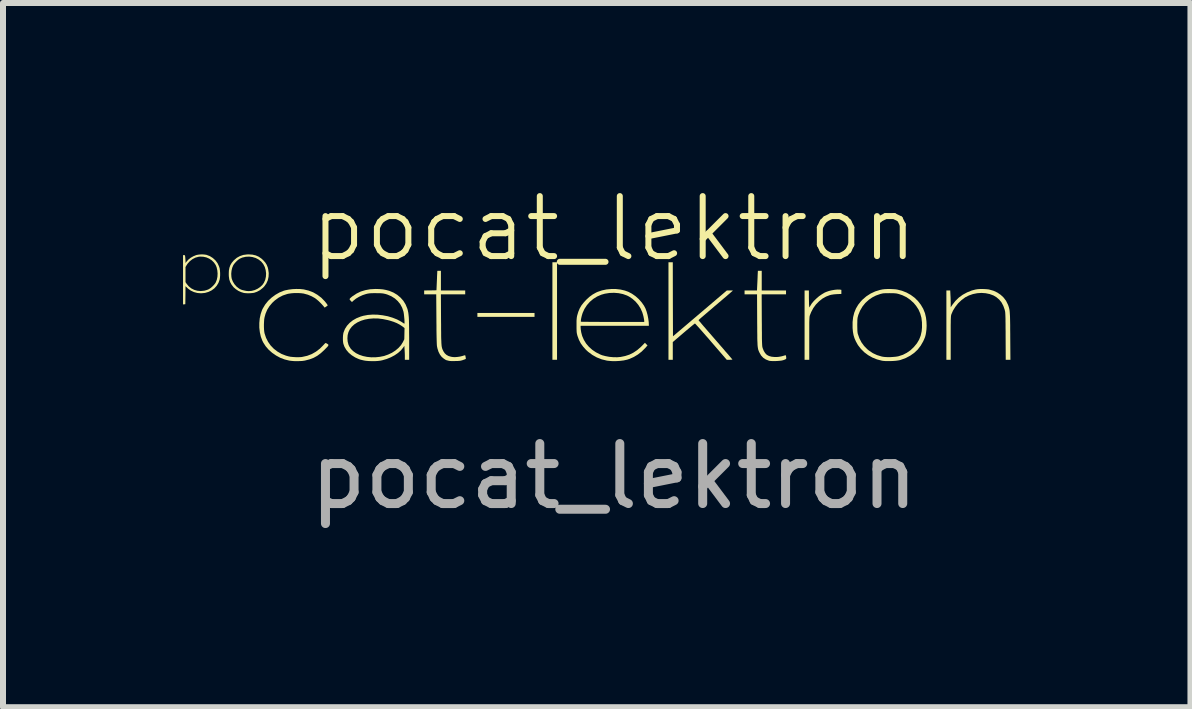
<source format=kicad_pcb>
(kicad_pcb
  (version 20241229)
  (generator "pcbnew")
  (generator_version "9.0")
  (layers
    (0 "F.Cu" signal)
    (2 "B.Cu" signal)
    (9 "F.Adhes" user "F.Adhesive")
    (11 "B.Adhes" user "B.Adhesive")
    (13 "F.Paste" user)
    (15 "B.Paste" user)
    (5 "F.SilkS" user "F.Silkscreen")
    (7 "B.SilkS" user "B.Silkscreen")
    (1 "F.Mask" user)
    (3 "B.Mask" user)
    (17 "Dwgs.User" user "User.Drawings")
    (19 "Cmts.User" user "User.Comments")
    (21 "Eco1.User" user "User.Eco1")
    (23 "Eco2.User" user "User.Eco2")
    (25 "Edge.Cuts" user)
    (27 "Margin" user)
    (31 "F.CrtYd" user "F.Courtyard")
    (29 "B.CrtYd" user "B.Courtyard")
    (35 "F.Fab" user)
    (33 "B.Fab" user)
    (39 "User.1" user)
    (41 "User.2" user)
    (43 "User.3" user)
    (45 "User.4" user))
  (footprint "pocat_lektron"
    (layer "F.Cu")
    (at 7.183 2.386)
    (property "Reference" "pocat_lektron" (at 0 -1.626 0) (unlocked yes) (layer "F.SilkS") (effects (font (size 1 1) (thickness 0.1))))
    (attr smd)
    (fp_poly (pts (xy -1.326 -0.188) (xy -1.326 -0.156) (xy -1.802 -0.156) (xy -2.278 -0.156) (xy -2.278 -0.188) (xy -2.278 -0.221) (xy -1.802 -0.221) (xy -1.326 -0.221)) (stroke (width 0) (type solid)) (fill yes) (layer "F.SilkS"))
    (fp_poly (pts (xy -0.951 -0.254) (xy -0.951 0.559) (xy -0.99 0.559) (xy -1.028 0.559) (xy -1.028 -0.254) (xy -1.028 -1.066) (xy -0.99 -1.066) (xy -0.951 -1.066)) (stroke (width 0) (type solid)) (fill yes) (layer "F.SilkS"))
    (fp_poly (pts (xy 3.758 -0.61) (xy 3.763 -0.61) (xy 3.787 -0.606) (xy 3.787 -0.572) (xy 3.787 -0.538) (xy 3.714 -0.535) (xy 3.663 -0.531) (xy 3.618 -0.524) (xy 3.597 -0.519) (xy 3.532 -0.494) (xy 3.47 -0.459) (xy 3.414 -0.414) (xy 3.363 -0.362) (xy 3.319 -0.302) (xy 3.284 -0.236) (xy 3.264 -0.186) (xy 3.261 -0.178) (xy 3.259 -0.17) (xy 3.257 -0.161) (xy 3.256 -0.149) (xy 3.255 -0.135) (xy 3.254 -0.116) (xy 3.253 -0.092) (xy 3.252 -0.062) (xy 3.252 -0.025) (xy 3.252 0.021) (xy 3.252 0.075) (xy 3.252 0.14) (xy 3.252 0.204) (xy 3.252 0.559) (xy 3.213 0.559) (xy 3.174 0.559) (xy 3.174 -0.019) (xy 3.174 -0.596) (xy 3.21 -0.596) (xy 3.246 -0.596) (xy 3.246 -0.472) (xy 3.247 -0.434) (xy 3.248 -0.399) (xy 3.248 -0.369) (xy 3.25 -0.346) (xy 3.251 -0.333) (xy 3.251 -0.331) (xy 3.255 -0.313) (xy 3.268 -0.337) (xy 3.293 -0.378) (xy 3.328 -0.42) (xy 3.37 -0.461) (xy 3.415 -0.5) (xy 3.463 -0.533) (xy 3.51 -0.561) (xy 3.539 -0.573) (xy 3.582 -0.588) (xy 3.629 -0.599) (xy 3.677 -0.607) (xy 3.721 -0.611)) (stroke (width 0) (type solid)) (fill yes) (layer "F.SilkS"))
    (fp_poly (pts (xy 0.979 -0.449) (xy 0.981 0.168) (xy 1.43 -0.214) (xy 1.879 -0.596) (xy 1.93 -0.596) (xy 1.981 -0.595) (xy 1.951 -0.569) (xy 1.941 -0.56) (xy 1.923 -0.544) (xy 1.897 -0.522) (xy 1.866 -0.495) (xy 1.829 -0.464) (xy 1.787 -0.428) (xy 1.742 -0.39) (xy 1.695 -0.35) (xy 1.664 -0.324) (xy 1.617 -0.283) (xy 1.572 -0.245) (xy 1.531 -0.21) (xy 1.495 -0.179) (xy 1.463 -0.152) (xy 1.438 -0.13) (xy 1.42 -0.114) (xy 1.409 -0.104) (xy 1.407 -0.101) (xy 1.41 -0.097) (xy 1.421 -0.083) (xy 1.439 -0.063) (xy 1.462 -0.035) (xy 1.491 -0.001) (xy 1.525 0.038) (xy 1.563 0.082) (xy 1.604 0.129) (xy 1.648 0.18) (xy 1.689 0.227) (xy 1.735 0.28) (xy 1.779 0.331) (xy 1.82 0.378) (xy 1.857 0.422) (xy 1.891 0.46) (xy 1.919 0.493) (xy 1.942 0.52) (xy 1.959 0.54) (xy 1.969 0.552) (xy 1.972 0.556) (xy 1.966 0.557) (xy 1.952 0.558) (xy 1.931 0.559) (xy 1.924 0.559) (xy 1.877 0.559) (xy 1.616 0.257) (xy 1.572 0.205) (xy 1.529 0.157) (xy 1.49 0.112) (xy 1.454 0.071) (xy 1.422 0.035) (xy 1.395 0.005) (xy 1.373 -0.019) (xy 1.358 -0.036) (xy 1.349 -0.044) (xy 1.347 -0.045) (xy 1.341 -0.042) (xy 1.327 -0.031) (xy 1.306 -0.014) (xy 1.279 0.008) (xy 1.247 0.035) (xy 1.211 0.065) (xy 1.172 0.098) (xy 1.159 0.109) (xy 0.978 0.264) (xy 0.978 0.411) (xy 0.978 0.559) (xy 0.942 0.559) (xy 0.906 0.559) (xy 0.906 -0.254) (xy 0.906 -1.066) (xy 0.942 -1.066) (xy 0.978 -1.066)) (stroke (width 0) (type solid)) (fill yes) (layer "F.SilkS"))
    (fp_poly (pts (xy 2.46 -0.76) (xy 2.46 -0.596) (xy 2.662 -0.596) (xy 2.865 -0.596) (xy 2.865 -0.563) (xy 2.865 -0.531) (xy 2.662 -0.531) (xy 2.459 -0.531) (xy 2.461 -0.103) (xy 2.462 -0.022) (xy 2.462 0.049) (xy 2.463 0.11) (xy 2.463 0.161) (xy 2.463 0.204) (xy 2.464 0.24) (xy 2.465 0.269) (xy 2.466 0.292) (xy 2.467 0.311) (xy 2.468 0.325) (xy 2.469 0.337) (xy 2.471 0.346) (xy 2.473 0.355) (xy 2.475 0.363) (xy 2.475 0.363) (xy 2.494 0.411) (xy 2.517 0.448) (xy 2.545 0.477) (xy 2.581 0.496) (xy 2.624 0.508) (xy 2.675 0.513) (xy 2.692 0.513) (xy 2.729 0.512) (xy 2.763 0.507) (xy 2.798 0.5) (xy 2.839 0.488) (xy 2.85 0.485) (xy 2.858 0.483) (xy 2.862 0.487) (xy 2.865 0.499) (xy 2.867 0.512) (xy 2.869 0.528) (xy 2.868 0.54) (xy 2.862 0.547) (xy 2.85 0.554) (xy 2.829 0.562) (xy 2.817 0.566) (xy 2.792 0.572) (xy 2.759 0.576) (xy 2.721 0.579) (xy 2.681 0.581) (xy 2.643 0.581) (xy 2.61 0.579) (xy 2.584 0.576) (xy 2.579 0.574) (xy 2.528 0.554) (xy 2.484 0.525) (xy 2.449 0.487) (xy 2.424 0.443) (xy 2.417 0.429) (xy 2.411 0.415) (xy 2.406 0.402) (xy 2.401 0.388) (xy 2.398 0.373) (xy 2.395 0.355) (xy 2.392 0.333) (xy 2.39 0.308) (xy 2.389 0.277) (xy 2.387 0.24) (xy 2.386 0.197) (xy 2.386 0.145) (xy 2.385 0.084) (xy 2.385 0.014) (xy 2.384 -0.067) (xy 2.384 -0.103) (xy 2.382 -0.531) (xy 2.278 -0.531) (xy 2.174 -0.531) (xy 2.174 -0.563) (xy 2.174 -0.596) (xy 2.278 -0.596) (xy 2.381 -0.596) (xy 2.385 -0.684) (xy 2.387 -0.724) (xy 2.389 -0.768) (xy 2.391 -0.811) (xy 2.392 -0.847) (xy 2.392 -0.848) (xy 2.396 -0.923) (xy 2.428 -0.923) (xy 2.46 -0.923)) (stroke (width 0) (type solid)) (fill yes) (layer "F.SilkS"))
    (fp_poly (pts (xy -6.027 -1.193) (xy -5.971 -1.18) (xy -5.921 -1.158) (xy -5.874 -1.125) (xy -5.847 -1.1) (xy -5.813 -1.062) (xy -5.789 -1.024) (xy -5.772 -0.982) (xy -5.764 -0.95) (xy -5.755 -0.885) (xy -5.758 -0.823) (xy -5.771 -0.765) (xy -5.795 -0.712) (xy -5.829 -0.664) (xy -5.851 -0.641) (xy -5.899 -0.602) (xy -5.951 -0.574) (xy -6 -0.557) (xy -6.029 -0.553) (xy -6.065 -0.55) (xy -6.103 -0.549) (xy -6.139 -0.551) (xy -6.168 -0.554) (xy -6.168 -0.554) (xy -6.214 -0.568) (xy -6.261 -0.589) (xy -6.303 -0.617) (xy -6.338 -0.647) (xy -6.341 -0.65) (xy -6.374 -0.692) (xy -6.398 -0.735) (xy -6.413 -0.781) (xy -6.42 -0.834) (xy -6.421 -0.869) (xy -6.421 -0.873) (xy -6.38 -0.873) (xy -6.377 -0.822) (xy -6.371 -0.79) (xy -6.353 -0.744) (xy -6.326 -0.7) (xy -6.291 -0.66) (xy -6.251 -0.629) (xy -6.231 -0.617) (xy -6.217 -0.611) (xy -6.202 -0.605) (xy -6.183 -0.6) (xy -6.157 -0.594) (xy -6.127 -0.588) (xy -6.092 -0.585) (xy -6.047 -0.588) (xy -6.035 -0.59) (xy -5.987 -0.603) (xy -5.94 -0.625) (xy -5.897 -0.654) (xy -5.86 -0.689) (xy -5.836 -0.723) (xy -5.814 -0.772) (xy -5.802 -0.826) (xy -5.799 -0.88) (xy -5.806 -0.935) (xy -5.821 -0.987) (xy -5.846 -1.035) (xy -5.879 -1.076) (xy -5.88 -1.077) (xy -5.923 -1.111) (xy -5.972 -1.137) (xy -6.026 -1.153) (xy -6.082 -1.16) (xy -6.139 -1.157) (xy -6.195 -1.144) (xy -6.236 -1.126) (xy -6.259 -1.111) (xy -6.285 -1.089) (xy -6.31 -1.063) (xy -6.332 -1.037) (xy -6.346 -1.016) (xy -6.364 -0.973) (xy -6.375 -0.925) (xy -6.38 -0.873) (xy -6.421 -0.873) (xy -6.419 -0.926) (xy -6.41 -0.975) (xy -6.395 -1.017) (xy -6.372 -1.056) (xy -6.34 -1.094) (xy -6.332 -1.102) (xy -6.286 -1.141) (xy -6.235 -1.169) (xy -6.179 -1.188) (xy -6.117 -1.196) (xy -6.089 -1.197)) (stroke (width 0) (type solid)) (fill yes) (layer "F.SilkS"))
    (fp_poly (pts (xy -6.838 -1.196) (xy -6.801 -1.191) (xy -6.791 -1.189) (xy -6.736 -1.168) (xy -6.687 -1.137) (xy -6.644 -1.098) (xy -6.609 -1.052) (xy -6.584 -0.999) (xy -6.573 -0.965) (xy -6.568 -0.93) (xy -6.565 -0.889) (xy -6.565 -0.847) (xy -6.568 -0.808) (xy -6.573 -0.777) (xy -6.593 -0.722) (xy -6.623 -0.673) (xy -6.661 -0.631) (xy -6.707 -0.597) (xy -6.759 -0.572) (xy -6.817 -0.555) (xy -6.879 -0.549) (xy -6.886 -0.549) (xy -6.945 -0.554) (xy -7.001 -0.569) (xy -7.053 -0.593) (xy -7.099 -0.626) (xy -7.109 -0.636) (xy -7.142 -0.667) (xy -7.143 -0.517) (xy -7.145 -0.367) (xy -7.164 -0.365) (xy -7.183 -0.363) (xy -7.183 -0.735) (xy -7.142 -0.735) (xy -7.123 -0.707) (xy -7.088 -0.665) (xy -7.046 -0.631) (xy -6.997 -0.606) (xy -6.944 -0.591) (xy -6.888 -0.586) (xy -6.83 -0.592) (xy -6.825 -0.593) (xy -6.799 -0.6) (xy -6.772 -0.609) (xy -6.756 -0.616) (xy -6.727 -0.634) (xy -6.697 -0.659) (xy -6.669 -0.687) (xy -6.647 -0.715) (xy -6.64 -0.726) (xy -6.621 -0.772) (xy -6.61 -0.823) (xy -6.607 -0.878) (xy -6.612 -0.932) (xy -6.624 -0.984) (xy -6.639 -1.019) (xy -6.667 -1.061) (xy -6.703 -1.097) (xy -6.747 -1.126) (xy -6.795 -1.147) (xy -6.847 -1.158) (xy -6.899 -1.16) (xy -6.925 -1.157) (xy -6.976 -1.143) (xy -7.025 -1.118) (xy -7.069 -1.084) (xy -7.106 -1.044) (xy -7.124 -1.017) (xy -7.142 -0.986) (xy -7.142 -0.86) (xy -7.142 -0.735) (xy -7.183 -0.735) (xy -7.183 -0.774) (xy -7.183 -1.185) (xy -7.166 -1.185) (xy -7.157 -1.185) (xy -7.152 -1.181) (xy -7.149 -1.172) (xy -7.147 -1.155) (xy -7.146 -1.145) (xy -7.144 -1.12) (xy -7.142 -1.094) (xy -7.142 -1.079) (xy -7.142 -1.053) (xy -7.124 -1.077) (xy -7.094 -1.11) (xy -7.055 -1.141) (xy -7.011 -1.166) (xy -6.965 -1.185) (xy -6.953 -1.188) (xy -6.919 -1.194) (xy -6.878 -1.197)) (stroke (width 0) (type solid)) (fill yes) (layer "F.SilkS"))
    (fp_poly (pts (xy 6.195 -0.618) (xy 6.236 -0.614) (xy 6.251 -0.611) (xy 6.322 -0.591) (xy 6.386 -0.561) (xy 6.442 -0.523) (xy 6.491 -0.477) (xy 6.531 -0.424) (xy 6.561 -0.363) (xy 6.563 -0.359) (xy 6.57 -0.341) (xy 6.575 -0.325) (xy 6.58 -0.309) (xy 6.584 -0.293) (xy 6.588 -0.274) (xy 6.591 -0.253) (xy 6.593 -0.229) (xy 6.595 -0.199) (xy 6.597 -0.165) (xy 6.598 -0.123) (xy 6.599 -0.074) (xy 6.6 -0.017) (xy 6.6 0.05) (xy 6.601 0.128) (xy 6.601 0.167) (xy 6.604 0.559) (xy 6.565 0.559) (xy 6.526 0.559) (xy 6.524 0.167) (xy 6.524 0.089) (xy 6.523 0.022) (xy 6.523 -0.035) (xy 6.522 -0.083) (xy 6.522 -0.123) (xy 6.521 -0.156) (xy 6.52 -0.182) (xy 6.519 -0.204) (xy 6.518 -0.221) (xy 6.517 -0.235) (xy 6.515 -0.247) (xy 6.513 -0.257) (xy 6.51 -0.267) (xy 6.509 -0.274) (xy 6.486 -0.339) (xy 6.456 -0.396) (xy 6.417 -0.444) (xy 6.37 -0.484) (xy 6.323 -0.512) (xy 6.259 -0.536) (xy 6.191 -0.55) (xy 6.121 -0.555) (xy 6.05 -0.55) (xy 5.98 -0.536) (xy 5.913 -0.513) (xy 5.852 -0.482) (xy 5.845 -0.477) (xy 5.785 -0.432) (xy 5.731 -0.38) (xy 5.685 -0.321) (xy 5.647 -0.26) (xy 5.62 -0.198) (xy 5.618 -0.191) (xy 5.616 -0.182) (xy 5.614 -0.173) (xy 5.613 -0.16) (xy 5.612 -0.144) (xy 5.611 -0.123) (xy 5.61 -0.096) (xy 5.61 -0.063) (xy 5.609 -0.022) (xy 5.609 0.027) (xy 5.609 0.086) (xy 5.609 0.155) (xy 5.609 0.197) (xy 5.609 0.559) (xy 5.573 0.559) (xy 5.537 0.559) (xy 5.537 -0.019) (xy 5.537 -0.596) (xy 5.569 -0.596) (xy 5.601 -0.596) (xy 5.605 -0.515) (xy 5.607 -0.478) (xy 5.608 -0.439) (xy 5.609 -0.402) (xy 5.609 -0.374) (xy 5.609 -0.315) (xy 5.638 -0.359) (xy 5.687 -0.421) (xy 5.744 -0.477) (xy 5.81 -0.525) (xy 5.882 -0.564) (xy 5.959 -0.595) (xy 6.02 -0.611) (xy 6.057 -0.617) (xy 6.101 -0.62) (xy 6.149 -0.62)) (stroke (width 0) (type solid)) (fill yes) (layer "F.SilkS"))
    (fp_poly (pts (xy -2.886 -0.76) (xy -2.886 -0.596) (xy -2.683 -0.596) (xy -2.481 -0.596) (xy -2.481 -0.563) (xy -2.481 -0.531) (xy -2.684 -0.531) (xy -2.886 -0.531) (xy -2.884 -0.115) (xy -2.883 -0.03) (xy -2.883 0.044) (xy -2.882 0.107) (xy -2.882 0.162) (xy -2.881 0.208) (xy -2.879 0.247) (xy -2.878 0.28) (xy -2.876 0.307) (xy -2.874 0.329) (xy -2.871 0.347) (xy -2.867 0.363) (xy -2.863 0.377) (xy -2.858 0.389) (xy -2.852 0.402) (xy -2.846 0.415) (xy -2.846 0.415) (xy -2.823 0.45) (xy -2.795 0.476) (xy -2.76 0.496) (xy -2.716 0.509) (xy -2.682 0.514) (xy -2.65 0.515) (xy -2.611 0.512) (xy -2.57 0.506) (xy -2.532 0.497) (xy -2.519 0.493) (xy -2.5 0.487) (xy -2.487 0.484) (xy -2.482 0.484) (xy -2.479 0.491) (xy -2.476 0.505) (xy -2.473 0.522) (xy -2.471 0.537) (xy -2.471 0.545) (xy -2.471 0.545) (xy -2.478 0.548) (xy -2.492 0.554) (xy -2.513 0.561) (xy -2.517 0.563) (xy -2.537 0.569) (xy -2.556 0.574) (xy -2.577 0.577) (xy -2.603 0.579) (xy -2.637 0.58) (xy -2.647 0.58) (xy -2.689 0.581) (xy -2.721 0.58) (xy -2.745 0.578) (xy -2.763 0.574) (xy -2.764 0.574) (xy -2.781 0.569) (xy -2.794 0.566) (xy -2.797 0.565) (xy -2.804 0.562) (xy -2.817 0.554) (xy -2.835 0.542) (xy -2.837 0.541) (xy -2.873 0.511) (xy -2.902 0.473) (xy -2.926 0.426) (xy -2.944 0.369) (xy -2.949 0.345) (xy -2.951 0.334) (xy -2.953 0.32) (xy -2.954 0.301) (xy -2.955 0.279) (xy -2.956 0.25) (xy -2.957 0.215) (xy -2.958 0.173) (xy -2.959 0.122) (xy -2.96 0.062) (xy -2.96 -0.007) (xy -2.961 -0.088) (xy -2.961 -0.115) (xy -2.964 -0.531) (xy -3.065 -0.531) (xy -3.165 -0.531) (xy -3.165 -0.563) (xy -3.165 -0.596) (xy -3.063 -0.597) (xy -2.96 -0.599) (xy -2.953 -0.76) (xy -2.951 -0.802) (xy -2.95 -0.84) (xy -2.948 -0.873) (xy -2.947 -0.899) (xy -2.946 -0.915) (xy -2.946 -0.922) (xy -2.946 -0.922) (xy -2.94 -0.923) (xy -2.926 -0.923) (xy -2.915 -0.923) (xy -2.886 -0.923)) (stroke (width 0) (type solid)) (fill yes) (layer "F.SilkS"))
    (fp_poly (pts (xy -5.232 -0.62) (xy -5.176 -0.614) (xy -5.174 -0.614) (xy -5.092 -0.594) (xy -5.015 -0.565) (xy -4.944 -0.524) (xy -4.878 -0.474) (xy -4.82 -0.414) (xy -4.789 -0.375) (xy -4.779 -0.36) (xy -4.773 -0.35) (xy -4.773 -0.348) (xy -4.777 -0.342) (xy -4.789 -0.333) (xy -4.798 -0.327) (xy -4.823 -0.31) (xy -4.844 -0.336) (xy -4.868 -0.363) (xy -4.897 -0.393) (xy -4.928 -0.423) (xy -4.958 -0.448) (xy -4.983 -0.467) (xy -4.984 -0.468) (xy -5.04 -0.499) (xy -5.102 -0.525) (xy -5.168 -0.543) (xy -5.17 -0.544) (xy -5.215 -0.55) (xy -5.267 -0.553) (xy -5.322 -0.553) (xy -5.376 -0.549) (xy -5.424 -0.542) (xy -5.447 -0.537) (xy -5.521 -0.512) (xy -5.59 -0.476) (xy -5.654 -0.429) (xy -5.696 -0.39) (xy -5.743 -0.334) (xy -5.78 -0.275) (xy -5.808 -0.209) (xy -5.824 -0.151) (xy -5.83 -0.119) (xy -5.833 -0.078) (xy -5.835 -0.033) (xy -5.835 0.014) (xy -5.833 0.058) (xy -5.829 0.096) (xy -5.824 0.121) (xy -5.8 0.193) (xy -5.766 0.26) (xy -5.723 0.321) (xy -5.67 0.376) (xy -5.61 0.422) (xy -5.543 0.461) (xy -5.469 0.49) (xy -5.426 0.502) (xy -5.391 0.509) (xy -5.348 0.513) (xy -5.301 0.516) (xy -5.255 0.516) (xy -5.214 0.514) (xy -5.195 0.511) (xy -5.114 0.493) (xy -5.038 0.464) (xy -4.968 0.424) (xy -4.903 0.374) (xy -4.853 0.324) (xy -4.835 0.305) (xy -4.821 0.29) (xy -4.81 0.281) (xy -4.807 0.279) (xy -4.799 0.282) (xy -4.786 0.289) (xy -4.778 0.294) (xy -4.768 0.301) (xy -4.762 0.307) (xy -4.76 0.315) (xy -4.764 0.324) (xy -4.773 0.338) (xy -4.79 0.356) (xy -4.814 0.38) (xy -4.828 0.395) (xy -4.887 0.449) (xy -4.946 0.493) (xy -5.008 0.527) (xy -5.074 0.552) (xy -5.147 0.571) (xy -5.162 0.574) (xy -5.198 0.579) (xy -5.242 0.581) (xy -5.289 0.582) (xy -5.337 0.581) (xy -5.38 0.577) (xy -5.412 0.573) (xy -5.489 0.554) (xy -5.563 0.526) (xy -5.633 0.488) (xy -5.698 0.443) (xy -5.756 0.392) (xy -5.806 0.334) (xy -5.846 0.272) (xy -5.862 0.24) (xy -5.887 0.173) (xy -5.903 0.101) (xy -5.912 0.024) (xy -5.912 -0.054) (xy -5.905 -0.13) (xy -5.889 -0.204) (xy -5.866 -0.271) (xy -5.853 -0.297) (xy -5.814 -0.362) (xy -5.765 -0.423) (xy -5.707 -0.477) (xy -5.643 -0.524) (xy -5.575 -0.563) (xy -5.503 -0.592) (xy -5.477 -0.599) (xy -5.421 -0.61) (xy -5.359 -0.618) (xy -5.294 -0.621)) (stroke (width 0) (type solid)) (fill yes) (layer "F.SilkS"))
    (fp_poly (pts (xy 4.648 -0.618) (xy 4.69 -0.615) (xy 4.717 -0.611) (xy 4.797 -0.591) (xy 4.873 -0.561) (xy 4.943 -0.522) (xy 5.007 -0.475) (xy 5.063 -0.42) (xy 5.111 -0.358) (xy 5.151 -0.29) (xy 5.18 -0.218) (xy 5.183 -0.206) (xy 5.197 -0.145) (xy 5.205 -0.078) (xy 5.208 -0.009) (xy 5.205 0.052) (xy 5.199 0.101) (xy 5.192 0.142) (xy 5.182 0.179) (xy 5.167 0.216) (xy 5.15 0.253) (xy 5.109 0.324) (xy 5.06 0.388) (xy 5.001 0.444) (xy 4.934 0.491) (xy 4.86 0.53) (xy 4.778 0.56) (xy 4.758 0.566) (xy 4.729 0.571) (xy 4.692 0.576) (xy 4.649 0.579) (xy 4.603 0.581) (xy 4.558 0.581) (xy 4.515 0.58) (xy 4.48 0.577) (xy 4.462 0.574) (xy 4.381 0.553) (xy 4.304 0.522) (xy 4.233 0.482) (xy 4.169 0.434) (xy 4.112 0.377) (xy 4.063 0.314) (xy 4.029 0.253) (xy 4.006 0.201) (xy 3.99 0.149) (xy 3.98 0.094) (xy 3.974 0.031) (xy 3.974 0.019) (xy 3.974 -0.016) (xy 4.052 -0.016) (xy 4.053 0.036) (xy 4.054 0.078) (xy 4.057 0.107) (xy 4.06 0.124) (xy 4.087 0.201) (xy 4.122 0.269) (xy 4.166 0.329) (xy 4.219 0.383) (xy 4.247 0.406) (xy 4.312 0.449) (xy 4.381 0.481) (xy 4.456 0.504) (xy 4.48 0.509) (xy 4.514 0.513) (xy 4.556 0.515) (xy 4.603 0.515) (xy 4.65 0.512) (xy 4.695 0.508) (xy 4.732 0.502) (xy 4.743 0.499) (xy 4.813 0.476) (xy 4.877 0.443) (xy 4.938 0.401) (xy 4.995 0.347) (xy 4.999 0.342) (xy 5.046 0.285) (xy 5.083 0.223) (xy 5.109 0.156) (xy 5.125 0.084) (xy 5.131 0.02) (xy 5.13 -0.064) (xy 5.121 -0.142) (xy 5.101 -0.213) (xy 5.072 -0.279) (xy 5.033 -0.339) (xy 4.994 -0.386) (xy 4.935 -0.44) (xy 4.872 -0.484) (xy 4.803 -0.517) (xy 4.743 -0.537) (xy 4.723 -0.542) (xy 4.704 -0.546) (xy 4.684 -0.548) (xy 4.658 -0.55) (xy 4.626 -0.55) (xy 4.588 -0.551) (xy 4.549 -0.55) (xy 4.519 -0.55) (xy 4.496 -0.549) (xy 4.477 -0.547) (xy 4.46 -0.543) (xy 4.442 -0.539) (xy 4.427 -0.534) (xy 4.362 -0.511) (xy 4.304 -0.481) (xy 4.25 -0.445) (xy 4.244 -0.44) (xy 4.186 -0.387) (xy 4.138 -0.327) (xy 4.099 -0.26) (xy 4.069 -0.187) (xy 4.066 -0.175) (xy 4.061 -0.157) (xy 4.057 -0.14) (xy 4.055 -0.121) (xy 4.053 -0.099) (xy 4.053 -0.07) (xy 4.052 -0.032) (xy 4.052 -0.016) (xy 3.974 -0.016) (xy 3.974 -0.07) (xy 3.983 -0.151) (xy 4.002 -0.226) (xy 4.03 -0.295) (xy 4.068 -0.359) (xy 4.116 -0.419) (xy 4.138 -0.442) (xy 4.203 -0.498) (xy 4.274 -0.544) (xy 4.351 -0.58) (xy 4.432 -0.605) (xy 4.476 -0.614) (xy 4.512 -0.618) (xy 4.555 -0.62) (xy 4.601 -0.62)) (stroke (width 0) (type solid)) (fill yes) (layer "F.SilkS"))
    (fp_poly (pts (xy 0.03 -0.62) (xy 0.108 -0.611) (xy 0.18 -0.594) (xy 0.236 -0.574) (xy 0.297 -0.542) (xy 0.356 -0.501) (xy 0.411 -0.452) (xy 0.459 -0.398) (xy 0.499 -0.341) (xy 0.523 -0.295) (xy 0.541 -0.246) (xy 0.557 -0.189) (xy 0.569 -0.128) (xy 0.577 -0.069) (xy 0.579 -0.024) (xy 0.579 -0.007) (xy 0.01 -0.007) (xy -0.558 -0.007) (xy -0.558 0.019) (xy -0.555 0.058) (xy -0.548 0.102) (xy -0.536 0.148) (xy -0.531 0.165) (xy -0.503 0.229) (xy -0.466 0.289) (xy -0.419 0.344) (xy -0.364 0.393) (xy -0.302 0.435) (xy -0.235 0.469) (xy -0.201 0.483) (xy -0.144 0.498) (xy -0.081 0.51) (xy -0.015 0.516) (xy 0.051 0.517) (xy 0.109 0.512) (xy 0.186 0.496) (xy 0.256 0.473) (xy 0.322 0.44) (xy 0.385 0.398) (xy 0.447 0.344) (xy 0.466 0.325) (xy 0.514 0.276) (xy 0.535 0.298) (xy 0.557 0.32) (xy 0.516 0.366) (xy 0.46 0.422) (xy 0.397 0.471) (xy 0.329 0.512) (xy 0.26 0.543) (xy 0.219 0.557) (xy 0.16 0.57) (xy 0.093 0.578) (xy 0.024 0.582) (xy -0.044 0.581) (xy -0.106 0.575) (xy -0.121 0.573) (xy -0.206 0.552) (xy -0.288 0.52) (xy -0.363 0.478) (xy -0.433 0.426) (xy -0.469 0.393) (xy -0.517 0.339) (xy -0.556 0.285) (xy -0.586 0.227) (xy -0.61 0.162) (xy -0.615 0.143) (xy -0.619 0.127) (xy -0.622 0.111) (xy -0.624 0.093) (xy -0.625 0.07) (xy -0.626 0.04) (xy -0.626 0.002) (xy -0.626 -0.013) (xy -0.626 -0.057) (xy -0.626 -0.086) (xy -0.554 -0.086) (xy -0.554 -0.076) (xy -0.553 -0.075) (xy -0.547 -0.075) (xy -0.53 -0.074) (xy -0.502 -0.074) (xy -0.465 -0.074) (xy -0.42 -0.073) (xy -0.367 -0.073) (xy -0.307 -0.073) (xy -0.241 -0.072) (xy -0.171 -0.072) (xy -0.096 -0.072) (xy -0.024 -0.072) (xy 0.502 -0.072) (xy 0.502 -0.087) (xy 0.5 -0.107) (xy 0.495 -0.135) (xy 0.488 -0.168) (xy 0.479 -0.201) (xy 0.47 -0.23) (xy 0.469 -0.233) (xy 0.441 -0.296) (xy 0.404 -0.355) (xy 0.358 -0.41) (xy 0.305 -0.457) (xy 0.248 -0.495) (xy 0.214 -0.512) (xy 0.147 -0.536) (xy 0.074 -0.551) (xy -0.002 -0.557) (xy -0.078 -0.554) (xy -0.154 -0.542) (xy -0.214 -0.525) (xy -0.283 -0.495) (xy -0.347 -0.455) (xy -0.404 -0.407) (xy -0.453 -0.351) (xy -0.494 -0.288) (xy -0.525 -0.22) (xy -0.528 -0.209) (xy -0.536 -0.184) (xy -0.543 -0.156) (xy -0.549 -0.129) (xy -0.553 -0.105) (xy -0.554 -0.086) (xy -0.626 -0.086) (xy -0.626 -0.092) (xy -0.624 -0.119) (xy -0.622 -0.141) (xy -0.619 -0.16) (xy -0.615 -0.178) (xy -0.615 -0.179) (xy -0.596 -0.242) (xy -0.573 -0.297) (xy -0.544 -0.347) (xy -0.506 -0.395) (xy -0.466 -0.439) (xy -0.412 -0.489) (xy -0.357 -0.529) (xy -0.3 -0.561) (xy -0.273 -0.573) (xy -0.202 -0.597) (xy -0.127 -0.613) (xy -0.048 -0.62)) (stroke (width 0) (type solid)) (fill yes) (layer "F.SilkS"))
    (fp_poly (pts (xy -3.908 -0.619) (xy -3.852 -0.614) (xy -3.8 -0.604) (xy -3.748 -0.59) (xy -3.747 -0.59) (xy -3.677 -0.561) (xy -3.614 -0.523) (xy -3.559 -0.477) (xy -3.512 -0.424) (xy -3.475 -0.364) (xy -3.447 -0.297) (xy -3.439 -0.271) (xy -3.435 -0.251) (xy -3.43 -0.229) (xy -3.427 -0.206) (xy -3.424 -0.179) (xy -3.421 -0.147) (xy -3.419 -0.111) (xy -3.418 -0.068) (xy -3.417 -0.018) (xy -3.416 0.04) (xy -3.416 0.108) (xy -3.415 0.186) (xy -3.415 0.23) (xy -3.415 0.559) (xy -3.451 0.559) (xy -3.487 0.559) (xy -3.487 0.51) (xy -3.487 0.482) (xy -3.488 0.448) (xy -3.49 0.412) (xy -3.491 0.394) (xy -3.495 0.327) (xy -3.514 0.355) (xy -3.552 0.402) (xy -3.6 0.445) (xy -3.657 0.484) (xy -3.721 0.518) (xy -3.79 0.546) (xy -3.862 0.567) (xy -3.896 0.574) (xy -3.938 0.579) (xy -3.987 0.582) (xy -4.039 0.582) (xy -4.09 0.58) (xy -4.136 0.576) (xy -4.167 0.571) (xy -4.202 0.563) (xy -4.23 0.556) (xy -4.255 0.547) (xy -4.28 0.536) (xy -4.31 0.522) (xy -4.316 0.519) (xy -4.372 0.484) (xy -4.421 0.443) (xy -4.462 0.395) (xy -4.493 0.343) (xy -4.511 0.294) (xy -4.516 0.266) (xy -4.519 0.23) (xy -4.519 0.202) (xy -4.444 0.202) (xy -4.44 0.255) (xy -4.427 0.306) (xy -4.415 0.333) (xy -4.387 0.377) (xy -4.348 0.415) (xy -4.301 0.449) (xy -4.246 0.476) (xy -4.184 0.497) (xy -4.117 0.511) (xy -4.046 0.518) (xy -3.97 0.517) (xy -3.903 0.51) (xy -3.833 0.496) (xy -3.765 0.472) (xy -3.701 0.442) (xy -3.644 0.405) (xy -3.593 0.362) (xy -3.551 0.315) (xy -3.519 0.264) (xy -3.518 0.262) (xy -3.496 0.217) (xy -3.494 0.124) (xy -3.492 0.031) (xy -3.529 0.002) (xy -3.572 -0.026) (xy -3.619 -0.051) (xy -3.673 -0.073) (xy -3.736 -0.093) (xy -3.77 -0.102) (xy -3.852 -0.119) (xy -3.933 -0.129) (xy -4.01 -0.13) (xy -4.084 -0.124) (xy -4.154 -0.111) (xy -4.218 -0.091) (xy -4.277 -0.064) (xy -4.328 -0.031) (xy -4.371 0.008) (xy -4.405 0.053) (xy -4.427 0.099) (xy -4.44 0.148) (xy -4.444 0.202) (xy -4.519 0.202) (xy -4.519 0.191) (xy -4.517 0.153) (xy -4.512 0.119) (xy -4.508 0.103) (xy -4.485 0.045) (xy -4.451 -0.008) (xy -4.407 -0.056) (xy -4.354 -0.098) (xy -4.293 -0.133) (xy -4.223 -0.161) (xy -4.178 -0.174) (xy -4.103 -0.188) (xy -4.023 -0.194) (xy -3.939 -0.192) (xy -3.855 -0.182) (xy -3.771 -0.166) (xy -3.691 -0.142) (xy -3.617 -0.113) (xy -3.55 -0.077) (xy -3.53 -0.064) (xy -3.513 -0.053) (xy -3.501 -0.045) (xy -3.495 -0.042) (xy -3.493 -0.048) (xy -3.492 -0.063) (xy -3.493 -0.085) (xy -3.494 -0.113) (xy -3.497 -0.143) (xy -3.5 -0.174) (xy -3.503 -0.203) (xy -3.507 -0.228) (xy -3.51 -0.244) (xy -3.532 -0.309) (xy -3.564 -0.368) (xy -3.605 -0.419) (xy -3.654 -0.463) (xy -3.713 -0.5) (xy -3.779 -0.528) (xy -3.811 -0.538) (xy -3.831 -0.542) (xy -3.849 -0.546) (xy -3.87 -0.548) (xy -3.895 -0.55) (xy -3.928 -0.55) (xy -3.969 -0.551) (xy -4.01 -0.551) (xy -4.042 -0.55) (xy -4.068 -0.549) (xy -4.089 -0.546) (xy -4.108 -0.543) (xy -4.128 -0.538) (xy -4.13 -0.538) (xy -4.191 -0.518) (xy -4.249 -0.491) (xy -4.301 -0.46) (xy -4.345 -0.425) (xy -4.346 -0.424) (xy -4.368 -0.403) (xy -4.39 -0.425) (xy -4.401 -0.437) (xy -4.407 -0.447) (xy -4.406 -0.456) (xy -4.398 -0.467) (xy -4.382 -0.481) (xy -4.358 -0.501) (xy -4.356 -0.501) (xy -4.292 -0.544) (xy -4.222 -0.578) (xy -4.146 -0.601) (xy -4.064 -0.616) (xy -3.974 -0.621) (xy -3.972 -0.621)) (stroke (width 0) (type solid)) (fill yes) (layer "F.SilkS"))
    (fp_text user "${REFERENCE}" (at 0 2.5 0) (unlocked yes) (layer "F.Fab") (effects (font (size 1 1) (thickness 0.15)))))
  (gr_rect
    (start -3 -3)
    (end 16.787 8.734)
    (stroke (width 0.1) (type default))
    (fill no)
    (layer "Edge.Cuts")))
</source>
